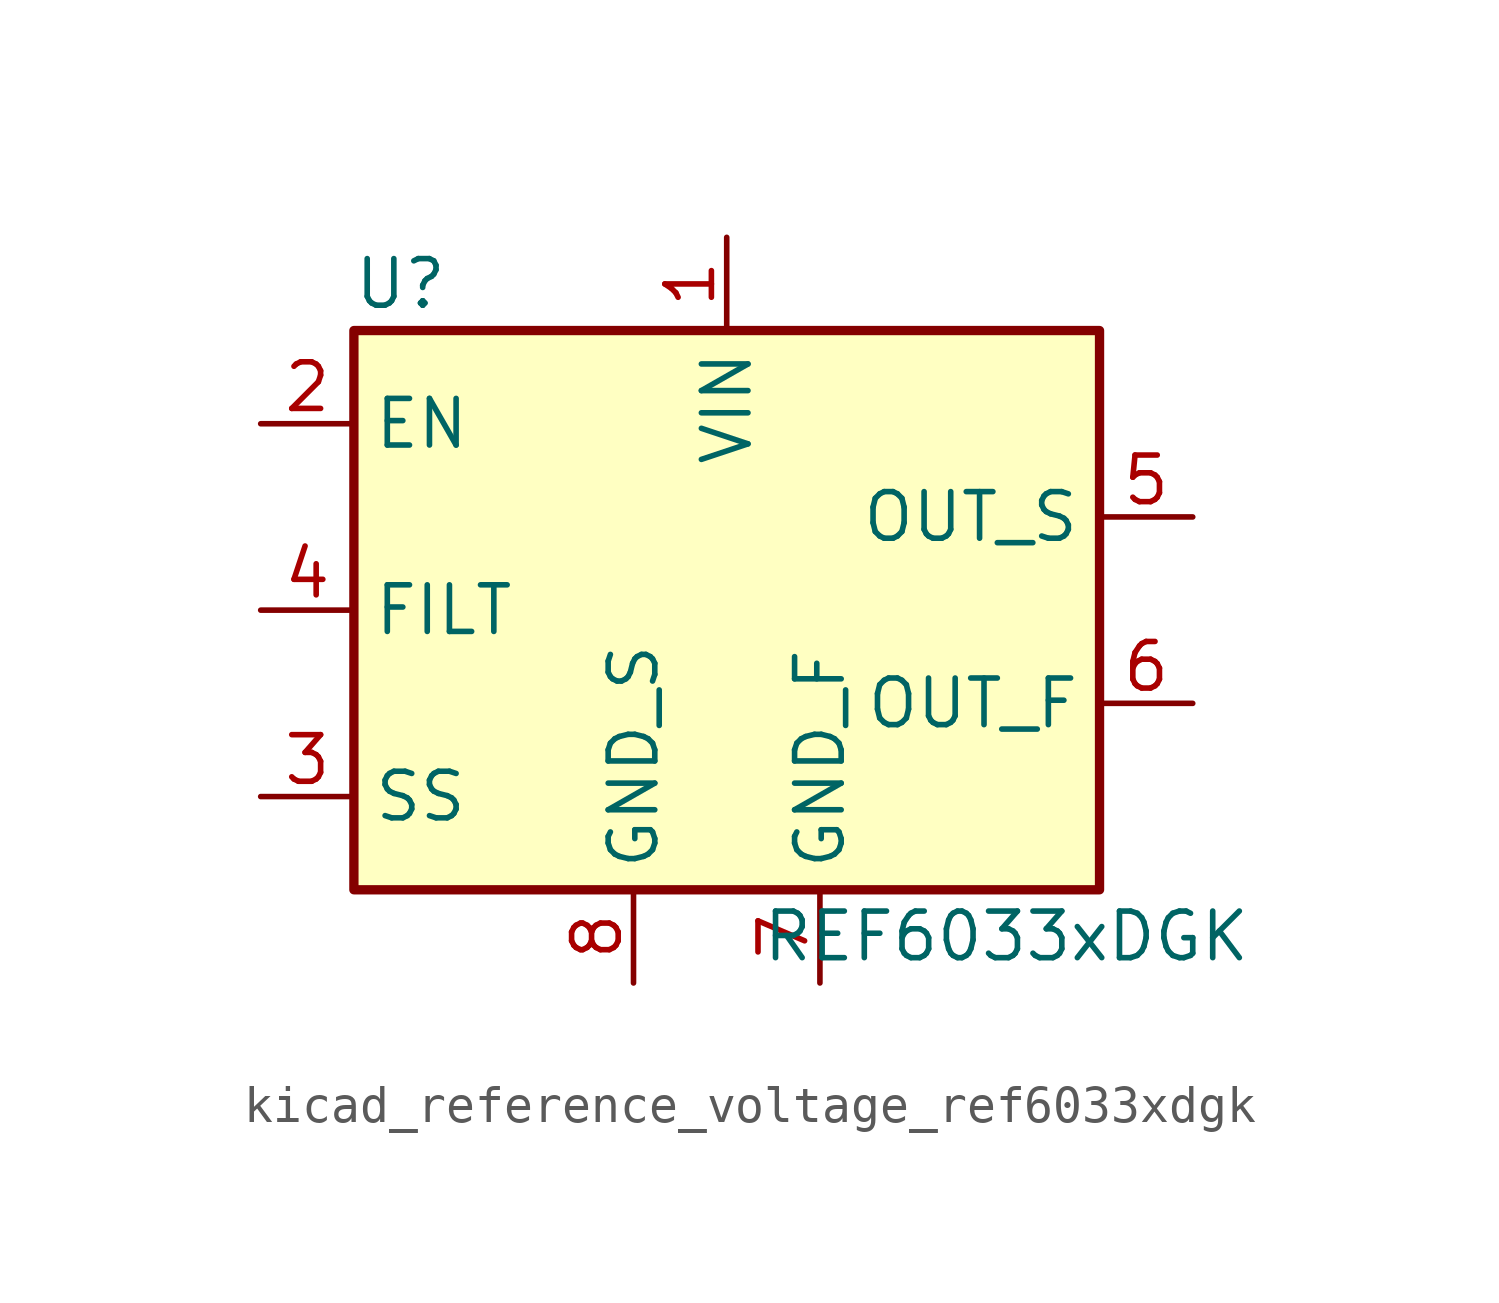
<source format=kicad_sym>
(kicad_symbol_lib
  (version 20220914)
  (generator kicad_symbol_editor)
  (symbol "kicad_reference_voltage_ref6033xdgk"
    (property "Reference" "U"
      (at -8.89 8.89 0)
      (effects (font (size 1.27 1.27))))
    (property "Value" "REF6033xDGK"
      (at 7.62 -8.89 0)
      (effects (font (size 1.27 1.27))))
    (symbol "kicad_reference_voltage_ref6033xdgk_0_1"
      (rectangle (start -10.16 7.62) (end 10.16 -7.62) (stroke (width 0.254) (type default)) (fill (type background))))
    (symbol "kicad_reference_voltage_ref6033xdgk_1_1"
      (pin power_in line (at 0 10.16 270) (length 2.54) (name "VIN" (effects (font (size 1.27 1.27)))) (number "1" (effects (font (size 1.27 1.27)))))
      (pin input line (at -12.7 5.08 0) (length 2.54) (name "EN" (effects (font (size 1.27 1.27)))) (number "2" (effects (font (size 1.27 1.27)))))
      (pin passive line (at -12.7 -5.08 0) (length 2.54) (name "SS" (effects (font (size 1.27 1.27)))) (number "3" (effects (font (size 1.27 1.27)))))
      (pin passive line (at -12.7 0 0) (length 2.54) (name "FILT" (effects (font (size 1.27 1.27)))) (number "4" (effects (font (size 1.27 1.27)))))
      (pin input line (at 12.7 2.54 180) (length 2.54) (name "OUT_S" (effects (font (size 1.27 1.27)))) (number "5" (effects (font (size 1.27 1.27)))))
      (pin output line (at 12.7 -2.54 180) (length 2.54) (name "OUT_F" (effects (font (size 1.27 1.27)))) (number "6" (effects (font (size 1.27 1.27)))))
      (pin power_in line (at 2.54 -10.16 90) (length 2.54) (name "GND_F" (effects (font (size 1.27 1.27)))) (number "7" (effects (font (size 1.27 1.27)))))
      (pin power_in line (at -2.54 -10.16 90) (length 2.54) (name "GND_S" (effects (font (size 1.27 1.27)))) (number "8" (effects (font (size 1.27 1.27))))))))
</source>
